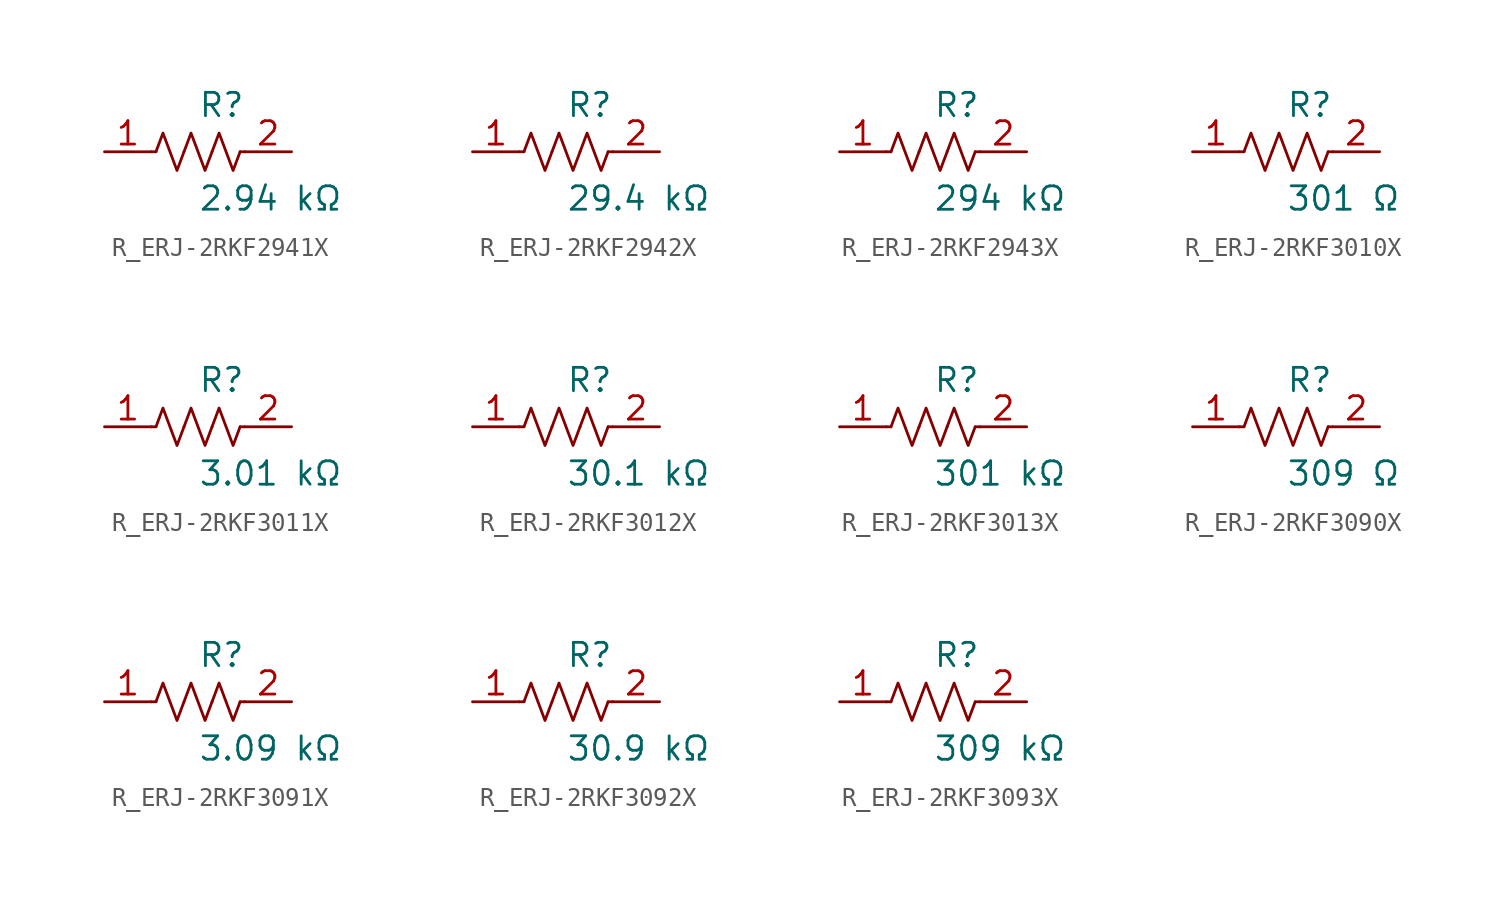
<source format=kicad_sym>
(kicad_symbol_lib
  (version 20231120)
  (generator kicad_symbol_editor)
  (generator_version 8.0)
  (symbol "R_ERJ-2RKF2941X"
    (pin_names
      (offset 0.254))
    (property "Reference" "R"
      (at 0 2.54 0)
      (effects (font (size 1.27 1.27)) (justify left)))
    (property "Value" "2.94 kΩ"
      (at 0 -2.54 0)
      (effects (font (size 1.27 1.27)) (justify left)))
    (symbol "R_ERJ-2RKF2941X_0_1"
      (polyline (pts (xy 2.286 0) (xy 2.54 0)) (stroke (width 0) (type default)) (fill (type none)))
      (polyline (pts (xy -2.286 0) (xy -2.54 0)) (stroke (width 0) (type default)) (fill (type none)))
      (polyline (pts (xy 0.762 0) (xy 1.143 1.016) (xy 1.524 0) (xy 1.905 -1.016) (xy 2.286 0)) (stroke (width 0) (type default)) (fill (type none)))
      (polyline (pts (xy -0.762 0) (xy -0.381 1.016) (xy 0 0) (xy 0.381 -1.016) (xy 0.762 0)) (stroke (width 0) (type default)) (fill (type none)))
      (polyline (pts (xy -2.286 0) (xy -1.905 1.016) (xy -1.524 0) (xy -1.143 -1.016) (xy -0.762 0)) (stroke (width 0) (type default)) (fill (type none))))
    (pin unspecified line
      (at -5.08 0 0)
      (length 2.54)
      (name "" (effects (font (size 1.27 1.27))))
      (number "1" (effects (font (size 1.27 1.27)))))
    (pin unspecified line
      (at 5.08 0 180)
      (length 2.54)
      (name "" (effects (font (size 1.27 1.27))))
      (number "2" (effects (font (size 1.27 1.27))))))
  (symbol "R_ERJ-2RKF2942X"
    (pin_names
      (offset 0.254))
    (property "Reference" "R"
      (at 0 2.54 0)
      (effects (font (size 1.27 1.27)) (justify left)))
    (property "Value" "29.4 kΩ"
      (at 0 -2.54 0)
      (effects (font (size 1.27 1.27)) (justify left)))
    (symbol "R_ERJ-2RKF2942X_0_1"
      (polyline (pts (xy 2.286 0) (xy 2.54 0)) (stroke (width 0) (type default)) (fill (type none)))
      (polyline (pts (xy -2.286 0) (xy -2.54 0)) (stroke (width 0) (type default)) (fill (type none)))
      (polyline (pts (xy 0.762 0) (xy 1.143 1.016) (xy 1.524 0) (xy 1.905 -1.016) (xy 2.286 0)) (stroke (width 0) (type default)) (fill (type none)))
      (polyline (pts (xy -0.762 0) (xy -0.381 1.016) (xy 0 0) (xy 0.381 -1.016) (xy 0.762 0)) (stroke (width 0) (type default)) (fill (type none)))
      (polyline (pts (xy -2.286 0) (xy -1.905 1.016) (xy -1.524 0) (xy -1.143 -1.016) (xy -0.762 0)) (stroke (width 0) (type default)) (fill (type none))))
    (pin unspecified line
      (at -5.08 0 0)
      (length 2.54)
      (name "" (effects (font (size 1.27 1.27))))
      (number "1" (effects (font (size 1.27 1.27)))))
    (pin unspecified line
      (at 5.08 0 180)
      (length 2.54)
      (name "" (effects (font (size 1.27 1.27))))
      (number "2" (effects (font (size 1.27 1.27))))))
  (symbol "R_ERJ-2RKF2943X"
    (pin_names
      (offset 0.254))
    (property "Reference" "R"
      (at 0 2.54 0)
      (effects (font (size 1.27 1.27)) (justify left)))
    (property "Value" "294 kΩ"
      (at 0 -2.54 0)
      (effects (font (size 1.27 1.27)) (justify left)))
    (symbol "R_ERJ-2RKF2943X_0_1"
      (polyline (pts (xy 2.286 0) (xy 2.54 0)) (stroke (width 0) (type default)) (fill (type none)))
      (polyline (pts (xy -2.286 0) (xy -2.54 0)) (stroke (width 0) (type default)) (fill (type none)))
      (polyline (pts (xy 0.762 0) (xy 1.143 1.016) (xy 1.524 0) (xy 1.905 -1.016) (xy 2.286 0)) (stroke (width 0) (type default)) (fill (type none)))
      (polyline (pts (xy -0.762 0) (xy -0.381 1.016) (xy 0 0) (xy 0.381 -1.016) (xy 0.762 0)) (stroke (width 0) (type default)) (fill (type none)))
      (polyline (pts (xy -2.286 0) (xy -1.905 1.016) (xy -1.524 0) (xy -1.143 -1.016) (xy -0.762 0)) (stroke (width 0) (type default)) (fill (type none))))
    (pin unspecified line
      (at -5.08 0 0)
      (length 2.54)
      (name "" (effects (font (size 1.27 1.27))))
      (number "1" (effects (font (size 1.27 1.27)))))
    (pin unspecified line
      (at 5.08 0 180)
      (length 2.54)
      (name "" (effects (font (size 1.27 1.27))))
      (number "2" (effects (font (size 1.27 1.27))))))
  (symbol "R_ERJ-2RKF3010X"
    (pin_names
      (offset 0.254))
    (property "Reference" "R"
      (at 0 2.54 0)
      (effects (font (size 1.27 1.27)) (justify left)))
    (property "Value" "301 Ω"
      (at 0 -2.54 0)
      (effects (font (size 1.27 1.27)) (justify left)))
    (symbol "R_ERJ-2RKF3010X_0_1"
      (polyline (pts (xy 2.286 0) (xy 2.54 0)) (stroke (width 0) (type default)) (fill (type none)))
      (polyline (pts (xy -2.286 0) (xy -2.54 0)) (stroke (width 0) (type default)) (fill (type none)))
      (polyline (pts (xy 0.762 0) (xy 1.143 1.016) (xy 1.524 0) (xy 1.905 -1.016) (xy 2.286 0)) (stroke (width 0) (type default)) (fill (type none)))
      (polyline (pts (xy -0.762 0) (xy -0.381 1.016) (xy 0 0) (xy 0.381 -1.016) (xy 0.762 0)) (stroke (width 0) (type default)) (fill (type none)))
      (polyline (pts (xy -2.286 0) (xy -1.905 1.016) (xy -1.524 0) (xy -1.143 -1.016) (xy -0.762 0)) (stroke (width 0) (type default)) (fill (type none))))
    (pin unspecified line
      (at -5.08 0 0)
      (length 2.54)
      (name "" (effects (font (size 1.27 1.27))))
      (number "1" (effects (font (size 1.27 1.27)))))
    (pin unspecified line
      (at 5.08 0 180)
      (length 2.54)
      (name "" (effects (font (size 1.27 1.27))))
      (number "2" (effects (font (size 1.27 1.27))))))
  (symbol "R_ERJ-2RKF3011X"
    (pin_names
      (offset 0.254))
    (property "Reference" "R"
      (at 0 2.54 0)
      (effects (font (size 1.27 1.27)) (justify left)))
    (property "Value" "3.01 kΩ"
      (at 0 -2.54 0)
      (effects (font (size 1.27 1.27)) (justify left)))
    (symbol "R_ERJ-2RKF3011X_0_1"
      (polyline (pts (xy 2.286 0) (xy 2.54 0)) (stroke (width 0) (type default)) (fill (type none)))
      (polyline (pts (xy -2.286 0) (xy -2.54 0)) (stroke (width 0) (type default)) (fill (type none)))
      (polyline (pts (xy 0.762 0) (xy 1.143 1.016) (xy 1.524 0) (xy 1.905 -1.016) (xy 2.286 0)) (stroke (width 0) (type default)) (fill (type none)))
      (polyline (pts (xy -0.762 0) (xy -0.381 1.016) (xy 0 0) (xy 0.381 -1.016) (xy 0.762 0)) (stroke (width 0) (type default)) (fill (type none)))
      (polyline (pts (xy -2.286 0) (xy -1.905 1.016) (xy -1.524 0) (xy -1.143 -1.016) (xy -0.762 0)) (stroke (width 0) (type default)) (fill (type none))))
    (pin unspecified line
      (at -5.08 0 0)
      (length 2.54)
      (name "" (effects (font (size 1.27 1.27))))
      (number "1" (effects (font (size 1.27 1.27)))))
    (pin unspecified line
      (at 5.08 0 180)
      (length 2.54)
      (name "" (effects (font (size 1.27 1.27))))
      (number "2" (effects (font (size 1.27 1.27))))))
  (symbol "R_ERJ-2RKF3012X"
    (pin_names
      (offset 0.254))
    (property "Reference" "R"
      (at 0 2.54 0)
      (effects (font (size 1.27 1.27)) (justify left)))
    (property "Value" "30.1 kΩ"
      (at 0 -2.54 0)
      (effects (font (size 1.27 1.27)) (justify left)))
    (symbol "R_ERJ-2RKF3012X_0_1"
      (polyline (pts (xy 2.286 0) (xy 2.54 0)) (stroke (width 0) (type default)) (fill (type none)))
      (polyline (pts (xy -2.286 0) (xy -2.54 0)) (stroke (width 0) (type default)) (fill (type none)))
      (polyline (pts (xy 0.762 0) (xy 1.143 1.016) (xy 1.524 0) (xy 1.905 -1.016) (xy 2.286 0)) (stroke (width 0) (type default)) (fill (type none)))
      (polyline (pts (xy -0.762 0) (xy -0.381 1.016) (xy 0 0) (xy 0.381 -1.016) (xy 0.762 0)) (stroke (width 0) (type default)) (fill (type none)))
      (polyline (pts (xy -2.286 0) (xy -1.905 1.016) (xy -1.524 0) (xy -1.143 -1.016) (xy -0.762 0)) (stroke (width 0) (type default)) (fill (type none))))
    (pin unspecified line
      (at -5.08 0 0)
      (length 2.54)
      (name "" (effects (font (size 1.27 1.27))))
      (number "1" (effects (font (size 1.27 1.27)))))
    (pin unspecified line
      (at 5.08 0 180)
      (length 2.54)
      (name "" (effects (font (size 1.27 1.27))))
      (number "2" (effects (font (size 1.27 1.27))))))
  (symbol "R_ERJ-2RKF3013X"
    (pin_names
      (offset 0.254))
    (property "Reference" "R"
      (at 0 2.54 0)
      (effects (font (size 1.27 1.27)) (justify left)))
    (property "Value" "301 kΩ"
      (at 0 -2.54 0)
      (effects (font (size 1.27 1.27)) (justify left)))
    (symbol "R_ERJ-2RKF3013X_0_1"
      (polyline (pts (xy 2.286 0) (xy 2.54 0)) (stroke (width 0) (type default)) (fill (type none)))
      (polyline (pts (xy -2.286 0) (xy -2.54 0)) (stroke (width 0) (type default)) (fill (type none)))
      (polyline (pts (xy 0.762 0) (xy 1.143 1.016) (xy 1.524 0) (xy 1.905 -1.016) (xy 2.286 0)) (stroke (width 0) (type default)) (fill (type none)))
      (polyline (pts (xy -0.762 0) (xy -0.381 1.016) (xy 0 0) (xy 0.381 -1.016) (xy 0.762 0)) (stroke (width 0) (type default)) (fill (type none)))
      (polyline (pts (xy -2.286 0) (xy -1.905 1.016) (xy -1.524 0) (xy -1.143 -1.016) (xy -0.762 0)) (stroke (width 0) (type default)) (fill (type none))))
    (pin unspecified line
      (at -5.08 0 0)
      (length 2.54)
      (name "" (effects (font (size 1.27 1.27))))
      (number "1" (effects (font (size 1.27 1.27)))))
    (pin unspecified line
      (at 5.08 0 180)
      (length 2.54)
      (name "" (effects (font (size 1.27 1.27))))
      (number "2" (effects (font (size 1.27 1.27))))))
  (symbol "R_ERJ-2RKF3090X"
    (pin_names
      (offset 0.254))
    (property "Reference" "R"
      (at 0 2.54 0)
      (effects (font (size 1.27 1.27)) (justify left)))
    (property "Value" "309 Ω"
      (at 0 -2.54 0)
      (effects (font (size 1.27 1.27)) (justify left)))
    (symbol "R_ERJ-2RKF3090X_0_1"
      (polyline (pts (xy 2.286 0) (xy 2.54 0)) (stroke (width 0) (type default)) (fill (type none)))
      (polyline (pts (xy -2.286 0) (xy -2.54 0)) (stroke (width 0) (type default)) (fill (type none)))
      (polyline (pts (xy 0.762 0) (xy 1.143 1.016) (xy 1.524 0) (xy 1.905 -1.016) (xy 2.286 0)) (stroke (width 0) (type default)) (fill (type none)))
      (polyline (pts (xy -0.762 0) (xy -0.381 1.016) (xy 0 0) (xy 0.381 -1.016) (xy 0.762 0)) (stroke (width 0) (type default)) (fill (type none)))
      (polyline (pts (xy -2.286 0) (xy -1.905 1.016) (xy -1.524 0) (xy -1.143 -1.016) (xy -0.762 0)) (stroke (width 0) (type default)) (fill (type none))))
    (pin unspecified line
      (at -5.08 0 0)
      (length 2.54)
      (name "" (effects (font (size 1.27 1.27))))
      (number "1" (effects (font (size 1.27 1.27)))))
    (pin unspecified line
      (at 5.08 0 180)
      (length 2.54)
      (name "" (effects (font (size 1.27 1.27))))
      (number "2" (effects (font (size 1.27 1.27))))))
  (symbol "R_ERJ-2RKF3091X"
    (pin_names
      (offset 0.254))
    (property "Reference" "R"
      (at 0 2.54 0)
      (effects (font (size 1.27 1.27)) (justify left)))
    (property "Value" "3.09 kΩ"
      (at 0 -2.54 0)
      (effects (font (size 1.27 1.27)) (justify left)))
    (symbol "R_ERJ-2RKF3091X_0_1"
      (polyline (pts (xy 2.286 0) (xy 2.54 0)) (stroke (width 0) (type default)) (fill (type none)))
      (polyline (pts (xy -2.286 0) (xy -2.54 0)) (stroke (width 0) (type default)) (fill (type none)))
      (polyline (pts (xy 0.762 0) (xy 1.143 1.016) (xy 1.524 0) (xy 1.905 -1.016) (xy 2.286 0)) (stroke (width 0) (type default)) (fill (type none)))
      (polyline (pts (xy -0.762 0) (xy -0.381 1.016) (xy 0 0) (xy 0.381 -1.016) (xy 0.762 0)) (stroke (width 0) (type default)) (fill (type none)))
      (polyline (pts (xy -2.286 0) (xy -1.905 1.016) (xy -1.524 0) (xy -1.143 -1.016) (xy -0.762 0)) (stroke (width 0) (type default)) (fill (type none))))
    (pin unspecified line
      (at -5.08 0 0)
      (length 2.54)
      (name "" (effects (font (size 1.27 1.27))))
      (number "1" (effects (font (size 1.27 1.27)))))
    (pin unspecified line
      (at 5.08 0 180)
      (length 2.54)
      (name "" (effects (font (size 1.27 1.27))))
      (number "2" (effects (font (size 1.27 1.27))))))
  (symbol "R_ERJ-2RKF3092X"
    (pin_names
      (offset 0.254))
    (property "Reference" "R"
      (at 0 2.54 0)
      (effects (font (size 1.27 1.27)) (justify left)))
    (property "Value" "30.9 kΩ"
      (at 0 -2.54 0)
      (effects (font (size 1.27 1.27)) (justify left)))
    (symbol "R_ERJ-2RKF3092X_0_1"
      (polyline (pts (xy 2.286 0) (xy 2.54 0)) (stroke (width 0) (type default)) (fill (type none)))
      (polyline (pts (xy -2.286 0) (xy -2.54 0)) (stroke (width 0) (type default)) (fill (type none)))
      (polyline (pts (xy 0.762 0) (xy 1.143 1.016) (xy 1.524 0) (xy 1.905 -1.016) (xy 2.286 0)) (stroke (width 0) (type default)) (fill (type none)))
      (polyline (pts (xy -0.762 0) (xy -0.381 1.016) (xy 0 0) (xy 0.381 -1.016) (xy 0.762 0)) (stroke (width 0) (type default)) (fill (type none)))
      (polyline (pts (xy -2.286 0) (xy -1.905 1.016) (xy -1.524 0) (xy -1.143 -1.016) (xy -0.762 0)) (stroke (width 0) (type default)) (fill (type none))))
    (pin unspecified line
      (at -5.08 0 0)
      (length 2.54)
      (name "" (effects (font (size 1.27 1.27))))
      (number "1" (effects (font (size 1.27 1.27)))))
    (pin unspecified line
      (at 5.08 0 180)
      (length 2.54)
      (name "" (effects (font (size 1.27 1.27))))
      (number "2" (effects (font (size 1.27 1.27))))))
  (symbol "R_ERJ-2RKF3093X"
    (pin_names
      (offset 0.254))
    (property "Reference" "R"
      (at 0 2.54 0)
      (effects (font (size 1.27 1.27)) (justify left)))
    (property "Value" "309 kΩ"
      (at 0 -2.54 0)
      (effects (font (size 1.27 1.27)) (justify left)))
    (symbol "R_ERJ-2RKF3093X_0_1"
      (polyline (pts (xy 2.286 0) (xy 2.54 0)) (stroke (width 0) (type default)) (fill (type none)))
      (polyline (pts (xy -2.286 0) (xy -2.54 0)) (stroke (width 0) (type default)) (fill (type none)))
      (polyline (pts (xy 0.762 0) (xy 1.143 1.016) (xy 1.524 0) (xy 1.905 -1.016) (xy 2.286 0)) (stroke (width 0) (type default)) (fill (type none)))
      (polyline (pts (xy -0.762 0) (xy -0.381 1.016) (xy 0 0) (xy 0.381 -1.016) (xy 0.762 0)) (stroke (width 0) (type default)) (fill (type none)))
      (polyline (pts (xy -2.286 0) (xy -1.905 1.016) (xy -1.524 0) (xy -1.143 -1.016) (xy -0.762 0)) (stroke (width 0) (type default)) (fill (type none))))
    (pin unspecified line
      (at -5.08 0 0)
      (length 2.54)
      (name "" (effects (font (size 1.27 1.27))))
      (number "1" (effects (font (size 1.27 1.27)))))
    (pin unspecified line
      (at 5.08 0 180)
      (length 2.54)
      (name "" (effects (font (size 1.27 1.27))))
      (number "2" (effects (font (size 1.27 1.27)))))))
</source>
